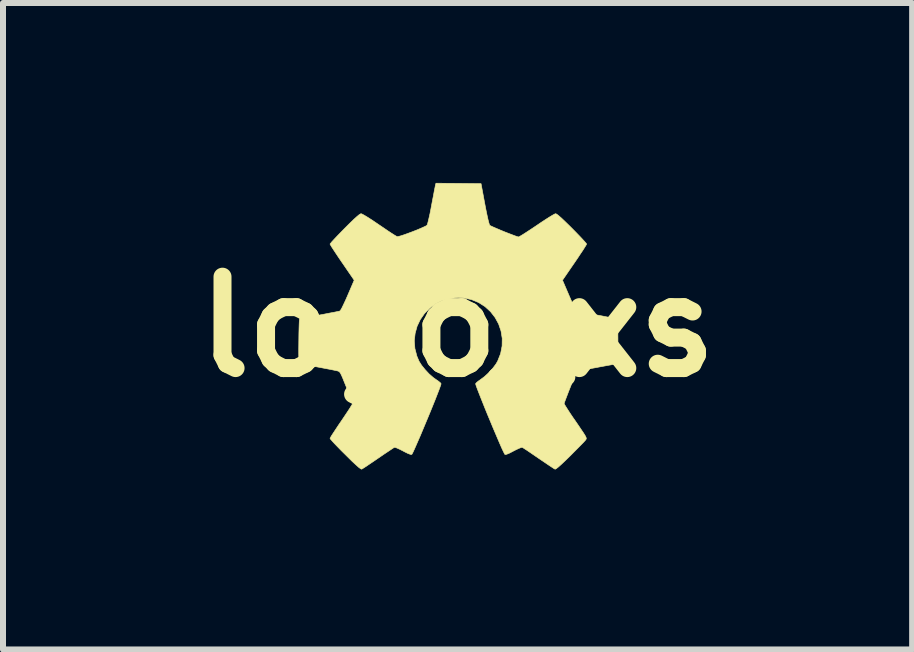
<source format=kicad_pcb>
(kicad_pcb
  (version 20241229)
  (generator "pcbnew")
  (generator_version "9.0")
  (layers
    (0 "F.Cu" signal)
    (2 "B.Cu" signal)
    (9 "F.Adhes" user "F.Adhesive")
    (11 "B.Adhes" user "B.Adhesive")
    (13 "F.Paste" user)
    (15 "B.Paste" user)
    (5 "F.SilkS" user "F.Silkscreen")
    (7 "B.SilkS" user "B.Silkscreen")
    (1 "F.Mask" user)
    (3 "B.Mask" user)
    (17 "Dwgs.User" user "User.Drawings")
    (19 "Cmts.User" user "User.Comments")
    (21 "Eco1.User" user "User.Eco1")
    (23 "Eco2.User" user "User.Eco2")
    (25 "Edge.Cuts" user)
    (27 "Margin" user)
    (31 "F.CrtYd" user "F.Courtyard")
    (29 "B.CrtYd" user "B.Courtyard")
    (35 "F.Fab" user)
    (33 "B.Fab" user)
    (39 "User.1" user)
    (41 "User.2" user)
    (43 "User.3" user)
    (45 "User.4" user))
  (footprint "logo_xs"
    (layer "F.Cu")
    (at 4.579 2.398)
    (property "Reference" "logo_xs" (at 0 0 0) (layer "F.SilkS") (effects (font (size 1.524 1.524) (thickness 0.3))))
    (attr through_hole)
    (fp_poly (pts (xy 0.016 -2.39) (xy 0.392 -2.386) (xy 0.455 -2.047) (xy 0.474 -1.948) (xy 0.492 -1.861) (xy 0.508 -1.788) (xy 0.522 -1.734) (xy 0.532 -1.701) (xy 0.536 -1.692) (xy 0.555 -1.681) (xy 0.594 -1.663) (xy 0.647 -1.64) (xy 0.71 -1.613) (xy 0.778 -1.585) (xy 0.847 -1.558) (xy 0.91 -1.534) (xy 0.963 -1.514) (xy 1.001 -1.501) (xy 1.018 -1.497) (xy 1.034 -1.505) (xy 1.069 -1.525) (xy 1.12 -1.557) (xy 1.183 -1.598) (xy 1.256 -1.646) (xy 1.323 -1.691) (xy 1.401 -1.744) (xy 1.473 -1.791) (xy 1.536 -1.831) (xy 1.586 -1.861) (xy 1.621 -1.88) (xy 1.636 -1.885) (xy 1.654 -1.877) (xy 1.685 -1.853) (xy 1.731 -1.813) (xy 1.793 -1.754) (xy 1.872 -1.677) (xy 1.909 -1.64) (xy 1.975 -1.573) (xy 2.034 -1.512) (xy 2.083 -1.46) (xy 2.121 -1.418) (xy 2.145 -1.39) (xy 2.152 -1.379) (xy 2.145 -1.364) (xy 2.124 -1.33) (xy 2.093 -1.28) (xy 2.051 -1.218) (xy 2.003 -1.145) (xy 1.951 -1.069) (xy 1.75 -0.776) (xy 1.859 -0.522) (xy 1.898 -0.432) (xy 1.932 -0.359) (xy 1.96 -0.305) (xy 1.98 -0.271) (xy 1.99 -0.262) (xy 2.009 -0.257) (xy 2.05 -0.249) (xy 2.11 -0.237) (xy 2.184 -0.223) (xy 2.269 -0.206) (xy 2.329 -0.195) (xy 2.419 -0.178) (xy 2.499 -0.162) (xy 2.567 -0.148) (xy 2.619 -0.137) (xy 2.652 -0.13) (xy 2.66 -0.127) (xy 2.665 -0.111) (xy 2.668 -0.07) (xy 2.671 -0.005) (xy 2.673 0.083) (xy 2.674 0.191) (xy 2.674 0.247) (xy 2.674 0.613) (xy 2.637 0.62) (xy 2.613 0.625) (xy 2.567 0.634) (xy 2.504 0.645) (xy 2.429 0.659) (xy 2.347 0.674) (xy 2.339 0.676) (xy 2.256 0.691) (xy 2.178 0.706) (xy 2.112 0.719) (xy 2.062 0.729) (xy 2.032 0.736) (xy 2.031 0.736) (xy 2.015 0.741) (xy 2.002 0.748) (xy 1.989 0.76) (xy 1.975 0.782) (xy 1.959 0.816) (xy 1.938 0.865) (xy 1.91 0.933) (xy 1.881 1.006) (xy 1.85 1.084) (xy 1.823 1.155) (xy 1.801 1.213) (xy 1.785 1.256) (xy 1.778 1.279) (xy 1.778 1.282) (xy 1.785 1.298) (xy 1.806 1.332) (xy 1.837 1.381) (xy 1.877 1.443) (xy 1.924 1.513) (xy 1.951 1.551) (xy 2.012 1.64) (xy 2.059 1.71) (xy 2.095 1.763) (xy 2.12 1.802) (xy 2.136 1.83) (xy 2.144 1.849) (xy 2.147 1.862) (xy 2.145 1.872) (xy 2.141 1.881) (xy 2.14 1.882) (xy 2.128 1.897) (xy 2.099 1.929) (xy 2.056 1.973) (xy 2.002 2.028) (xy 1.94 2.09) (xy 1.887 2.144) (xy 1.801 2.228) (xy 1.732 2.293) (xy 1.681 2.339) (xy 1.646 2.366) (xy 1.627 2.376) (xy 1.626 2.375) (xy 1.609 2.366) (xy 1.574 2.343) (xy 1.524 2.31) (xy 1.462 2.268) (xy 1.391 2.22) (xy 1.351 2.193) (xy 1.278 2.143) (xy 1.211 2.097) (xy 1.155 2.059) (xy 1.111 2.031) (xy 1.085 2.014) (xy 1.079 2.011) (xy 1.06 2.014) (xy 1.024 2.028) (xy 0.975 2.051) (xy 0.934 2.072) (xy 0.867 2.107) (xy 0.821 2.126) (xy 0.794 2.131) (xy 0.79 2.129) (xy 0.781 2.114) (xy 0.763 2.078) (xy 0.737 2.023) (xy 0.706 1.952) (xy 0.67 1.868) (xy 0.63 1.774) (xy 0.587 1.673) (xy 0.544 1.569) (xy 0.5 1.464) (xy 0.458 1.361) (xy 0.419 1.263) (xy 0.383 1.173) (xy 0.352 1.094) (xy 0.327 1.029) (xy 0.31 0.982) (xy 0.302 0.954) (xy 0.302 0.949) (xy 0.316 0.932) (xy 0.346 0.907) (xy 0.382 0.882) (xy 0.449 0.832) (xy 0.519 0.768) (xy 0.585 0.696) (xy 0.639 0.624) (xy 0.668 0.575) (xy 0.718 0.449) (xy 0.743 0.321) (xy 0.745 0.194) (xy 0.725 0.071) (xy 0.685 -0.046) (xy 0.626 -0.154) (xy 0.55 -0.252) (xy 0.458 -0.336) (xy 0.353 -0.403) (xy 0.235 -0.452) (xy 0.106 -0.48) (xy 0.013 -0.486) (xy -0.122 -0.474) (xy -0.248 -0.439) (xy -0.362 -0.383) (xy -0.463 -0.31) (xy -0.55 -0.222) (xy -0.621 -0.12) (xy -0.674 -0.009) (xy -0.707 0.111) (xy -0.721 0.235) (xy -0.711 0.363) (xy -0.678 0.49) (xy -0.642 0.575) (xy -0.6 0.642) (xy -0.541 0.715) (xy -0.474 0.787) (xy -0.404 0.848) (xy -0.356 0.882) (xy -0.317 0.909) (xy -0.287 0.934) (xy -0.275 0.949) (xy -0.278 0.965) (xy -0.291 1.003) (xy -0.312 1.06) (xy -0.34 1.132) (xy -0.373 1.217) (xy -0.411 1.311) (xy -0.452 1.412) (xy -0.495 1.516) (xy -0.539 1.621) (xy -0.582 1.724) (xy -0.623 1.822) (xy -0.662 1.911) (xy -0.696 1.989) (xy -0.724 2.052) (xy -0.746 2.099) (xy -0.76 2.125) (xy -0.763 2.129) (xy -0.784 2.129) (xy -0.825 2.114) (xy -0.886 2.084) (xy -0.908 2.072) (xy -0.961 2.045) (xy -1.007 2.024) (xy -1.039 2.012) (xy -1.052 2.011) (xy -1.068 2.02) (xy -1.103 2.043) (xy -1.152 2.076) (xy -1.214 2.117) (xy -1.284 2.165) (xy -1.325 2.193) (xy -1.398 2.243) (xy -1.465 2.288) (xy -1.522 2.327) (xy -1.566 2.355) (xy -1.593 2.372) (xy -1.599 2.375) (xy -1.614 2.369) (xy -1.646 2.346) (xy -1.693 2.304) (xy -1.758 2.244) (xy -1.839 2.164) (xy -1.872 2.131) (xy -1.94 2.064) (xy -2 2.002) (xy -2.052 1.948) (xy -2.091 1.905) (xy -2.117 1.875) (xy -2.126 1.862) (xy -2.118 1.846) (xy -2.098 1.812) (xy -2.066 1.763) (xy -2.025 1.701) (xy -1.978 1.63) (xy -1.938 1.572) (xy -1.887 1.496) (xy -1.841 1.427) (xy -1.802 1.368) (xy -1.773 1.321) (xy -1.755 1.292) (xy -1.751 1.282) (xy -1.756 1.264) (xy -1.769 1.226) (xy -1.79 1.171) (xy -1.816 1.103) (xy -1.846 1.027) (xy -1.854 1.006) (xy -1.889 0.92) (xy -1.915 0.855) (xy -1.935 0.809) (xy -1.951 0.777) (xy -1.964 0.758) (xy -1.977 0.746) (xy -1.991 0.74) (xy -2.004 0.736) (xy -2.027 0.731) (xy -2.07 0.722) (xy -2.129 0.71) (xy -2.199 0.697) (xy -2.277 0.682) (xy -2.357 0.667) (xy -2.435 0.652) (xy -2.507 0.639) (xy -2.568 0.627) (xy -2.613 0.619) (xy -2.638 0.615) (xy -2.642 0.615) (xy -2.644 0.602) (xy -2.646 0.567) (xy -2.647 0.513) (xy -2.648 0.445) (xy -2.648 0.367) (xy -2.647 0.283) (xy -2.646 0.197) (xy -2.645 0.113) (xy -2.643 0.036) (xy -2.641 -0.031) (xy -2.639 -0.083) (xy -2.636 -0.117) (xy -2.634 -0.127) (xy -2.617 -0.132) (xy -2.578 -0.141) (xy -2.52 -0.153) (xy -2.448 -0.167) (xy -2.364 -0.183) (xy -2.303 -0.195) (xy -2.213 -0.212) (xy -2.131 -0.228) (xy -2.061 -0.241) (xy -2.007 -0.252) (xy -1.973 -0.259) (xy -1.963 -0.262) (xy -1.95 -0.276) (xy -1.928 -0.314) (xy -1.9 -0.372) (xy -1.864 -0.449) (xy -1.832 -0.522) (xy -1.723 -0.776) (xy -1.924 -1.069) (xy -1.978 -1.148) (xy -2.026 -1.22) (xy -2.067 -1.282) (xy -2.099 -1.331) (xy -2.119 -1.365) (xy -2.126 -1.379) (xy -2.116 -1.392) (xy -2.091 -1.422) (xy -2.051 -1.465) (xy -2 -1.519) (xy -1.94 -1.581) (xy -1.882 -1.64) (xy -1.799 -1.723) (xy -1.732 -1.788) (xy -1.68 -1.835) (xy -1.643 -1.866) (xy -1.618 -1.882) (xy -1.608 -1.885) (xy -1.588 -1.877) (xy -1.55 -1.856) (xy -1.495 -1.823) (xy -1.428 -1.78) (xy -1.351 -1.728) (xy -1.307 -1.698) (xy -1.23 -1.646) (xy -1.16 -1.598) (xy -1.099 -1.558) (xy -1.05 -1.527) (xy -1.018 -1.508) (xy -1.006 -1.503) (xy -0.986 -1.505) (xy -0.945 -1.516) (xy -0.89 -1.534) (xy -0.826 -1.557) (xy -0.756 -1.583) (xy -0.687 -1.61) (xy -0.622 -1.637) (xy -0.568 -1.661) (xy -0.528 -1.68) (xy -0.51 -1.692) (xy -0.502 -1.709) (xy -0.491 -1.75) (xy -0.477 -1.809) (xy -0.46 -1.884) (xy -0.443 -1.971) (xy -0.434 -2.02) (xy -0.417 -2.11) (xy -0.401 -2.192) (xy -0.388 -2.263) (xy -0.377 -2.318) (xy -0.37 -2.353) (xy -0.368 -2.363) (xy -0.36 -2.393) (xy 0.016 -2.39)) (stroke (width 0.01) (type solid)) (fill yes) (layer "F.SilkS")))
  (gr_rect
    (start -3 -3)
    (end 12.159 7.779)
    (stroke (width 0.1) (type default))
    (fill no)
    (layer "Edge.Cuts")))
</source>
